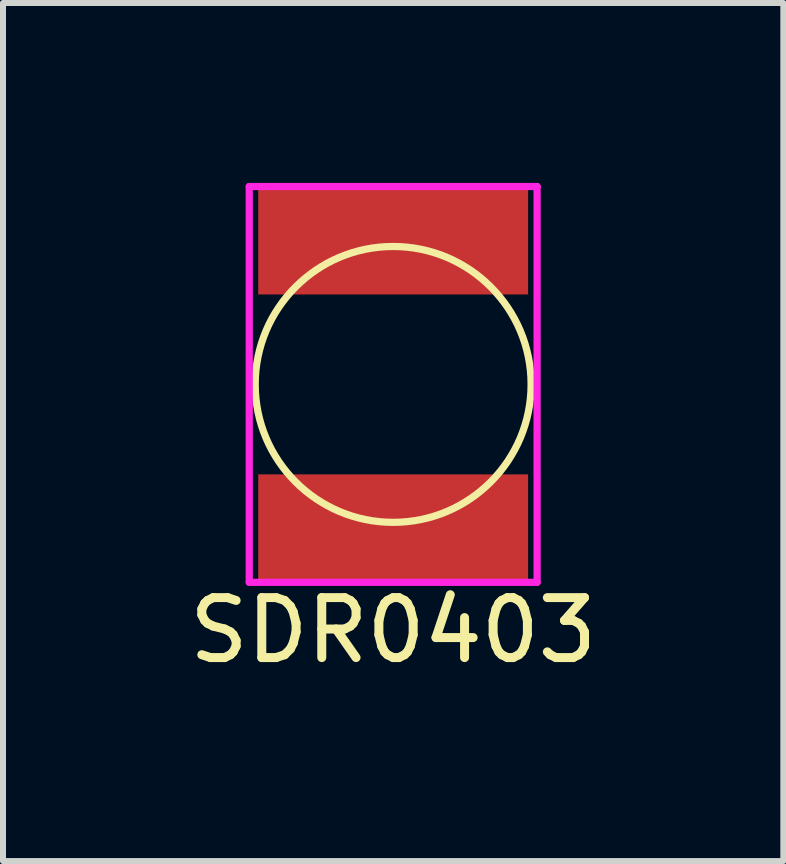
<source format=kicad_pcb>
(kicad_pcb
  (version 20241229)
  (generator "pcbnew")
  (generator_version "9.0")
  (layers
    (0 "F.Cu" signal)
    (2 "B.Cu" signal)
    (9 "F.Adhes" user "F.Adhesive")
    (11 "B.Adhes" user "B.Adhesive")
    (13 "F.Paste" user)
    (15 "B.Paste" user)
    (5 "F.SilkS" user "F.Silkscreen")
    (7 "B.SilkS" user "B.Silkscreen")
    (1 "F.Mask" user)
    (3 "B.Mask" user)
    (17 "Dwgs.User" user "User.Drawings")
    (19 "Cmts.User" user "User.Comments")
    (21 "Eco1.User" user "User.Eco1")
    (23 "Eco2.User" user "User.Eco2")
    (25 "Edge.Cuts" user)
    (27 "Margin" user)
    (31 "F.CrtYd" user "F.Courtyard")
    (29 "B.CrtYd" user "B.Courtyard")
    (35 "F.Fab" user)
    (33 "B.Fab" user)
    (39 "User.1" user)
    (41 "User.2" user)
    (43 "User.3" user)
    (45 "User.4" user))
  (footprint "SDR0403"
    (layer "F.Cu")
    (at 3.506 3.36)
    (property "Reference" "SDR0403" (at 0 4.1 0) (layer "F.SilkS") (effects (font (size 1 1) (thickness 0.15))))
    (attr smd)
    (fp_circle (center 0 0) (end -2.3 0) (stroke (width 0.12) (type solid)) (fill no) (layer "F.SilkS"))
    (fp_line (start -2.4 -3.3) (end 2.4 -3.3) (stroke (width 0.12) (type solid)) (layer "F.CrtYd"))
    (fp_line (start -2.4 3.3) (end -2.4 -3.3) (stroke (width 0.12) (type solid)) (layer "F.CrtYd"))
    (fp_line (start 2.4 -3.3) (end 2.4 3.3) (stroke (width 0.12) (type solid)) (layer "F.CrtYd"))
    (fp_line (start 2.4 3.3) (end -2.4 3.3) (stroke (width 0.12) (type solid)) (layer "F.CrtYd"))
    (pad "1" smd rect (at 0 2.4) (size 4.5 1.8) (layers "F.Cu" "F.Mask" "F.Paste"))
    (pad "2" smd rect (at 0 -2.4) (size 4.5 1.8) (layers "F.Cu" "F.Mask" "F.Paste")))
  (gr_rect
    (start -3 -3)
    (end 10.012 11.308)
    (stroke (width 0.1) (type default))
    (fill no)
    (layer "Edge.Cuts")))
</source>
